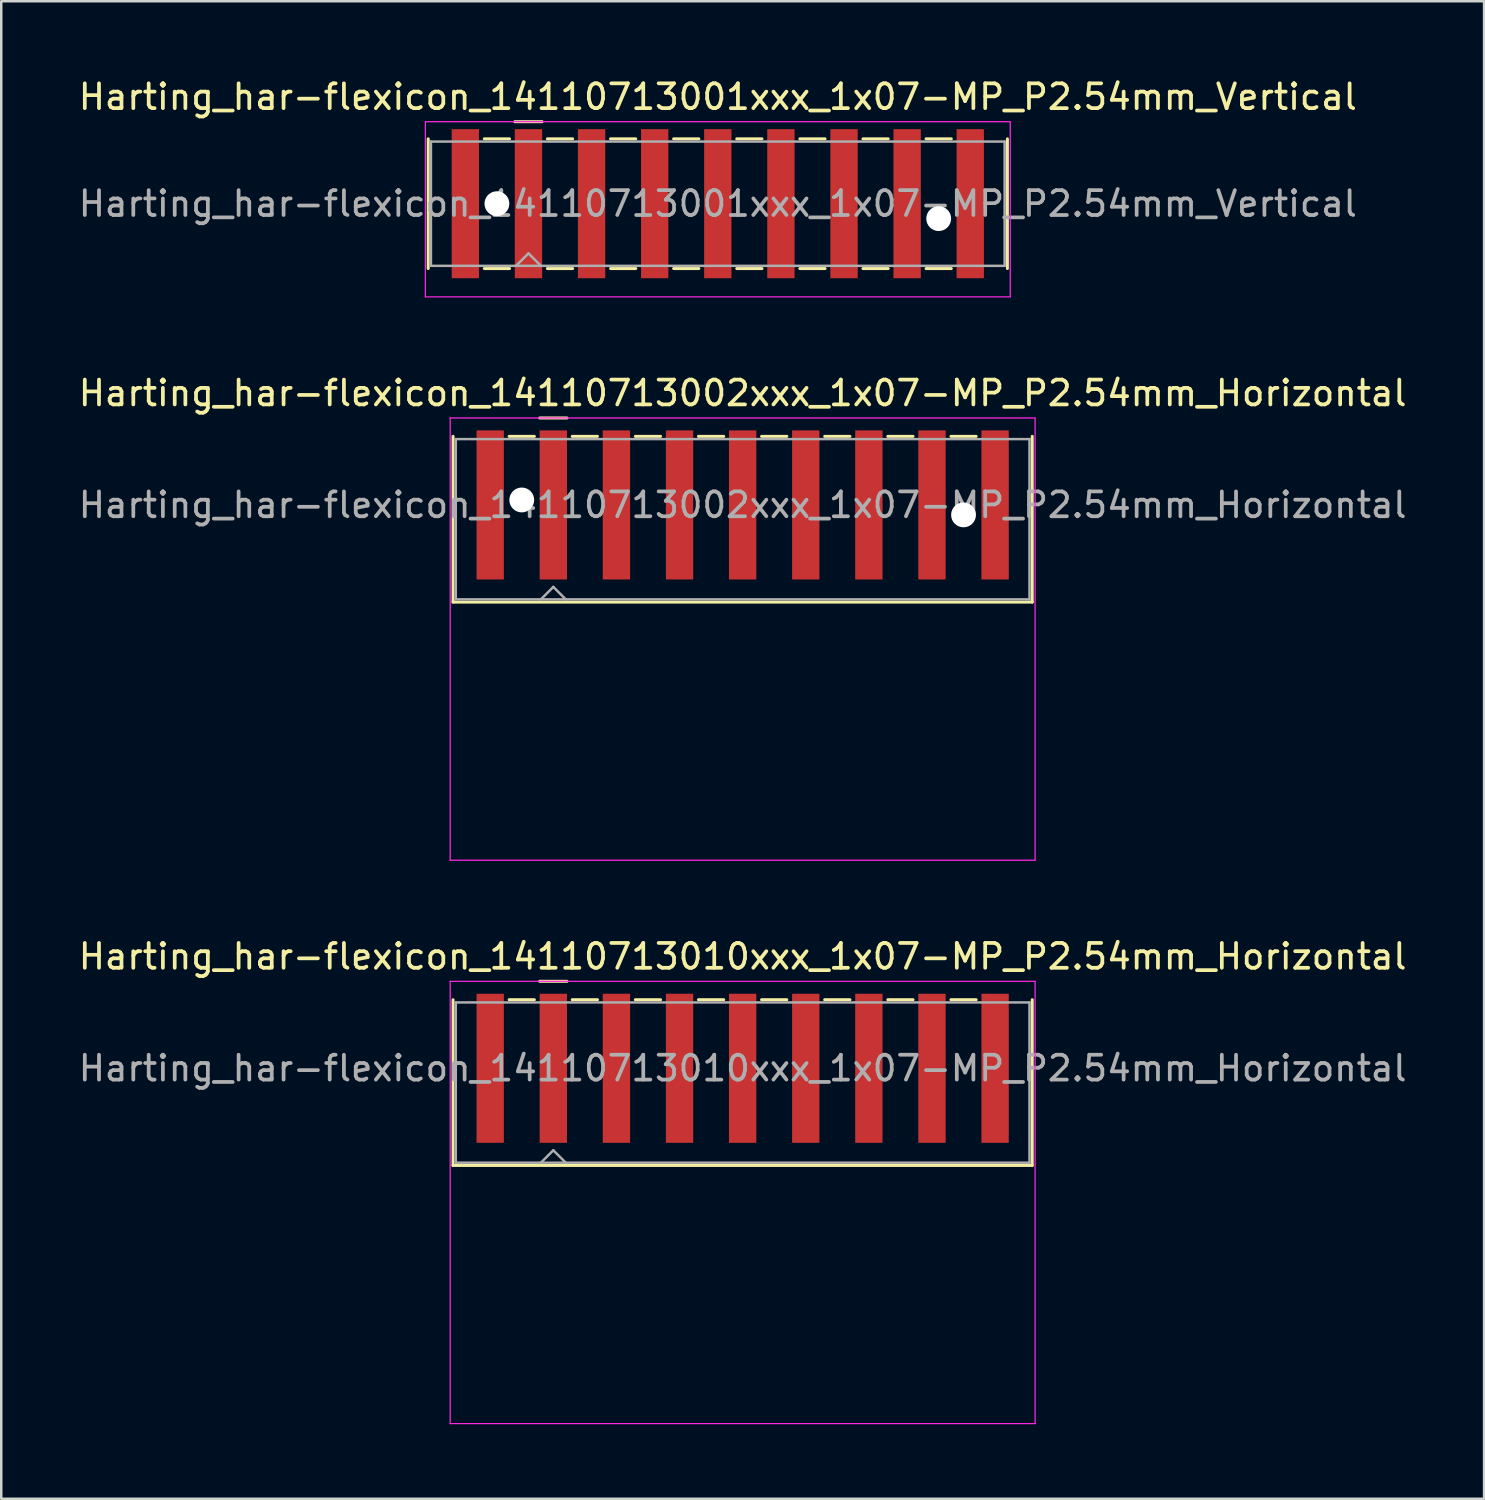
<source format=kicad_pcb>
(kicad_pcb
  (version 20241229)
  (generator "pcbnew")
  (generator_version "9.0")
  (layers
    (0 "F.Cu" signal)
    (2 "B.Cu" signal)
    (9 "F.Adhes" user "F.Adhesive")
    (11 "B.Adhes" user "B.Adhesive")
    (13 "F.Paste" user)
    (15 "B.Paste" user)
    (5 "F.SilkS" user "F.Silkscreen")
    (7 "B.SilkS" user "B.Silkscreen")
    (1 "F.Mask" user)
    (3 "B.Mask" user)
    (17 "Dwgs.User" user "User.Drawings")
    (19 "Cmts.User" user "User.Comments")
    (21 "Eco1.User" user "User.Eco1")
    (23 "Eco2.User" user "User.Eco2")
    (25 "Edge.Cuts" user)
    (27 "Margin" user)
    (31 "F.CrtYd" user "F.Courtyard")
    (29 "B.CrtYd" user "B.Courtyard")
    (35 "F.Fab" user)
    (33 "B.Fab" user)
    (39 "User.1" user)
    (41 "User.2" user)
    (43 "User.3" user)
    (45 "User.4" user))
  (footprint "Harting_har-flexicon_14110713010xxx_1x07-MP_P2.54mm_Horizontal"
    (layer "F.Cu")
    (at 26.839 41.245)
    (property "Reference" "Harting_har-flexicon_14110713010xxx_1x07-MP_P2.54mm_Horizontal" (at 0 -5.8 0) (layer "F.SilkS") (effects (font (size 1 1) (thickness 0.15))))
    (attr smd)
    (fp_line (start -11.655 -4.06) (end -11.655 2.61) (stroke (width 0.12) (type solid)) (layer "F.SilkS"))
    (fp_line (start -9.398 -4.06) (end -8.382 -4.06) (stroke (width 0.12) (type solid)) (layer "F.SilkS"))
    (fp_line (start -8.17 -4.8) (end -7.07 -4.8) (stroke (width 0.12) (type solid)) (layer "F.SilkS"))
    (fp_line (start -6.858 -4.06) (end -5.842 -4.06) (stroke (width 0.12) (type solid)) (layer "F.SilkS"))
    (fp_line (start -4.318 -4.06) (end -3.302 -4.06) (stroke (width 0.12) (type solid)) (layer "F.SilkS"))
    (fp_line (start -1.778 -4.06) (end -0.762 -4.06) (stroke (width 0.12) (type solid)) (layer "F.SilkS"))
    (fp_line (start 0.762 -4.06) (end 1.778 -4.06) (stroke (width 0.12) (type solid)) (layer "F.SilkS"))
    (fp_line (start 3.302 -4.06) (end 4.318 -4.06) (stroke (width 0.12) (type solid)) (layer "F.SilkS"))
    (fp_line (start 5.842 -4.06) (end 6.858 -4.06) (stroke (width 0.12) (type solid)) (layer "F.SilkS"))
    (fp_line (start 8.382 -4.06) (end 9.398 -4.06) (stroke (width 0.12) (type solid)) (layer "F.SilkS"))
    (fp_line (start 11.655 -4.06) (end 11.655 2.61) (stroke (width 0.12) (type solid)) (layer "F.SilkS"))
    (fp_line (start 11.655 2.61) (end -11.655 2.61) (stroke (width 0.12) (type solid)) (layer "F.SilkS"))
    (fp_line (start -11.77 -4.8) (end -11.77 13) (stroke (width 0.05) (type solid)) (layer "F.CrtYd"))
    (fp_line (start -11.77 13) (end 11.77 13) (stroke (width 0.05) (type solid)) (layer "F.CrtYd"))
    (fp_line (start 11.77 -4.8) (end -11.77 -4.8) (stroke (width 0.05) (type solid)) (layer "F.CrtYd"))
    (fp_line (start 11.77 13) (end 11.77 -4.8) (stroke (width 0.05) (type solid)) (layer "F.CrtYd"))
    (fp_line (start -11.545 -3.95) (end -11.545 2.5) (stroke (width 0.1) (type solid)) (layer "F.Fab"))
    (fp_line (start -11.545 2.5) (end 11.545 2.5) (stroke (width 0.1) (type solid)) (layer "F.Fab"))
    (fp_line (start -8.12 2.5) (end -7.62 2) (stroke (width 0.1) (type solid)) (layer "F.Fab"))
    (fp_line (start -7.62 2) (end -7.12 2.5) (stroke (width 0.1) (type solid)) (layer "F.Fab"))
    (fp_line (start 11.545 -3.95) (end -11.545 -3.95) (stroke (width 0.1) (type solid)) (layer "F.Fab"))
    (fp_line (start 11.545 2.5) (end 11.545 -3.95) (stroke (width 0.1) (type solid)) (layer "F.Fab"))
    (fp_text user "${REFERENCE}" (at 0 -1.3 0) (layer "F.Fab") (effects (font (size 1 1) (thickness 0.15))))
    (pad "1" smd rect (at -7.62 -1.3) (size 1.1 6) (layers "F.Cu" "F.Mask" "F.Paste"))
    (pad "2" smd rect (at -5.08 -1.3) (size 1.1 6) (layers "F.Cu" "F.Mask" "F.Paste"))
    (pad "3" smd rect (at -2.54 -1.3) (size 1.1 6) (layers "F.Cu" "F.Mask" "F.Paste"))
    (pad "4" smd rect (at 0 -1.3) (size 1.1 6) (layers "F.Cu" "F.Mask" "F.Paste"))
    (pad "5" smd rect (at 2.54 -1.3) (size 1.1 6) (layers "F.Cu" "F.Mask" "F.Paste"))
    (pad "6" smd rect (at 5.08 -1.3) (size 1.1 6) (layers "F.Cu" "F.Mask" "F.Paste"))
    (pad "7" smd rect (at 7.62 -1.3) (size 1.1 6) (layers "F.Cu" "F.Mask" "F.Paste"))
    (pad "MP" smd rect (at -10.16 -1.3) (size 1.1 6) (layers "F.Cu" "F.Mask" "F.Paste"))
    (pad "MP" smd rect (at 10.16 -1.3) (size 1.1 6) (layers "F.Cu" "F.Mask" "F.Paste")))
  (footprint "Harting_har-flexicon_14110713001xxx_1x07-MP_P2.54mm_Vertical"
    (layer "F.Cu")
    (at 25.839 5.148)
    (property "Reference" "Harting_har-flexicon_14110713001xxx_1x07-MP_P2.54mm_Vertical" (at 0 -4.3 0) (layer "F.SilkS") (effects (font (size 1 1) (thickness 0.15))))
    (attr smd)
    (fp_line (start -11.655 -2.61) (end -11.655 2.61) (stroke (width 0.12) (type solid)) (layer "F.SilkS"))
    (fp_line (start -9.398 -2.61) (end -8.382 -2.61) (stroke (width 0.12) (type solid)) (layer "F.SilkS"))
    (fp_line (start -9.398 2.61) (end -8.382 2.61) (stroke (width 0.12) (type solid)) (layer "F.SilkS"))
    (fp_line (start -8.17 -3.3) (end -7.07 -3.3) (stroke (width 0.12) (type solid)) (layer "F.SilkS"))
    (fp_line (start -6.858 -2.61) (end -5.842 -2.61) (stroke (width 0.12) (type solid)) (layer "F.SilkS"))
    (fp_line (start -6.858 2.61) (end -5.842 2.61) (stroke (width 0.12) (type solid)) (layer "F.SilkS"))
    (fp_line (start -4.318 -2.61) (end -3.302 -2.61) (stroke (width 0.12) (type solid)) (layer "F.SilkS"))
    (fp_line (start -4.318 2.61) (end -3.302 2.61) (stroke (width 0.12) (type solid)) (layer "F.SilkS"))
    (fp_line (start -1.778 -2.61) (end -0.762 -2.61) (stroke (width 0.12) (type solid)) (layer "F.SilkS"))
    (fp_line (start -1.778 2.61) (end -0.762 2.61) (stroke (width 0.12) (type solid)) (layer "F.SilkS"))
    (fp_line (start 0.762 -2.61) (end 1.778 -2.61) (stroke (width 0.12) (type solid)) (layer "F.SilkS"))
    (fp_line (start 0.762 2.61) (end 1.778 2.61) (stroke (width 0.12) (type solid)) (layer "F.SilkS"))
    (fp_line (start 3.302 -2.61) (end 4.318 -2.61) (stroke (width 0.12) (type solid)) (layer "F.SilkS"))
    (fp_line (start 3.302 2.61) (end 4.318 2.61) (stroke (width 0.12) (type solid)) (layer "F.SilkS"))
    (fp_line (start 5.842 -2.61) (end 6.858 -2.61) (stroke (width 0.12) (type solid)) (layer "F.SilkS"))
    (fp_line (start 5.842 2.61) (end 6.858 2.61) (stroke (width 0.12) (type solid)) (layer "F.SilkS"))
    (fp_line (start 8.382 -2.61) (end 9.398 -2.61) (stroke (width 0.12) (type solid)) (layer "F.SilkS"))
    (fp_line (start 8.382 2.61) (end 9.398 2.61) (stroke (width 0.12) (type solid)) (layer "F.SilkS"))
    (fp_line (start 11.655 -2.61) (end 11.655 2.61) (stroke (width 0.12) (type solid)) (layer "F.SilkS"))
    (fp_line (start -11.77 -3.3) (end -11.77 3.75) (stroke (width 0.05) (type solid)) (layer "F.CrtYd"))
    (fp_line (start -11.77 3.75) (end 11.77 3.75) (stroke (width 0.05) (type solid)) (layer "F.CrtYd"))
    (fp_line (start 11.77 -3.3) (end -11.77 -3.3) (stroke (width 0.05) (type solid)) (layer "F.CrtYd"))
    (fp_line (start 11.77 3.75) (end 11.77 -3.3) (stroke (width 0.05) (type solid)) (layer "F.CrtYd"))
    (fp_line (start -11.545 -2.5) (end -11.545 2.5) (stroke (width 0.1) (type solid)) (layer "F.Fab"))
    (fp_line (start -11.545 2.5) (end 11.545 2.5) (stroke (width 0.1) (type solid)) (layer "F.Fab"))
    (fp_line (start -8.12 2.5) (end -7.62 2) (stroke (width 0.1) (type solid)) (layer "F.Fab"))
    (fp_line (start -7.62 2) (end -7.12 2.5) (stroke (width 0.1) (type solid)) (layer "F.Fab"))
    (fp_line (start 11.545 -2.5) (end -11.545 -2.5) (stroke (width 0.1) (type solid)) (layer "F.Fab"))
    (fp_line (start 11.545 2.5) (end 11.545 -2.5) (stroke (width 0.1) (type solid)) (layer "F.Fab"))
    (fp_text user "${REFERENCE}" (at 0 0 0) (layer "F.Fab") (effects (font (size 1 1) (thickness 0.15))))
    (pad "" np_thru_hole circle (at -8.89 0) (size 1 1) (drill 1) (layers "*.Cu" "*.Mask"))
    (pad "" np_thru_hole circle (at 8.89 0.6) (size 1 1) (drill 1) (layers "*.Cu" "*.Mask"))
    (pad "1" smd rect (at -7.62 0) (size 1.1 6) (layers "F.Cu" "F.Mask" "F.Paste"))
    (pad "2" smd rect (at -5.08 0) (size 1.1 6) (layers "F.Cu" "F.Mask" "F.Paste"))
    (pad "3" smd rect (at -2.54 0) (size 1.1 6) (layers "F.Cu" "F.Mask" "F.Paste"))
    (pad "4" smd rect (at 0 0) (size 1.1 6) (layers "F.Cu" "F.Mask" "F.Paste"))
    (pad "5" smd rect (at 2.54 0) (size 1.1 6) (layers "F.Cu" "F.Mask" "F.Paste"))
    (pad "6" smd rect (at 5.08 0) (size 1.1 6) (layers "F.Cu" "F.Mask" "F.Paste"))
    (pad "7" smd rect (at 7.62 0) (size 1.1 6) (layers "F.Cu" "F.Mask" "F.Paste"))
    (pad "MP" smd rect (at -10.16 0) (size 1.1 6) (layers "F.Cu" "F.Mask" "F.Paste"))
    (pad "MP" smd rect (at 10.16 0) (size 1.1 6) (layers "F.Cu" "F.Mask" "F.Paste")))
  (footprint "Harting_har-flexicon_14110713002xxx_1x07-MP_P2.54mm_Horizontal"
    (layer "F.Cu")
    (at 26.839 18.572)
    (property "Reference" "Harting_har-flexicon_14110713002xxx_1x07-MP_P2.54mm_Horizontal" (at 0 -5.8 0) (layer "F.SilkS") (effects (font (size 1 1) (thickness 0.15))))
    (attr smd)
    (fp_line (start -11.655 -4.06) (end -11.655 2.61) (stroke (width 0.12) (type solid)) (layer "F.SilkS"))
    (fp_line (start -9.398 -4.06) (end -8.382 -4.06) (stroke (width 0.12) (type solid)) (layer "F.SilkS"))
    (fp_line (start -8.17 -4.8) (end -7.07 -4.8) (stroke (width 0.12) (type solid)) (layer "F.SilkS"))
    (fp_line (start -6.858 -4.06) (end -5.842 -4.06) (stroke (width 0.12) (type solid)) (layer "F.SilkS"))
    (fp_line (start -4.318 -4.06) (end -3.302 -4.06) (stroke (width 0.12) (type solid)) (layer "F.SilkS"))
    (fp_line (start -1.778 -4.06) (end -0.762 -4.06) (stroke (width 0.12) (type solid)) (layer "F.SilkS"))
    (fp_line (start 0.762 -4.06) (end 1.778 -4.06) (stroke (width 0.12) (type solid)) (layer "F.SilkS"))
    (fp_line (start 3.302 -4.06) (end 4.318 -4.06) (stroke (width 0.12) (type solid)) (layer "F.SilkS"))
    (fp_line (start 5.842 -4.06) (end 6.858 -4.06) (stroke (width 0.12) (type solid)) (layer "F.SilkS"))
    (fp_line (start 8.382 -4.06) (end 9.398 -4.06) (stroke (width 0.12) (type solid)) (layer "F.SilkS"))
    (fp_line (start 11.655 -4.06) (end 11.655 2.61) (stroke (width 0.12) (type solid)) (layer "F.SilkS"))
    (fp_line (start 11.655 2.61) (end -11.655 2.61) (stroke (width 0.12) (type solid)) (layer "F.SilkS"))
    (fp_line (start -11.77 -4.8) (end -11.77 13) (stroke (width 0.05) (type solid)) (layer "F.CrtYd"))
    (fp_line (start -11.77 13) (end 11.77 13) (stroke (width 0.05) (type solid)) (layer "F.CrtYd"))
    (fp_line (start 11.77 -4.8) (end -11.77 -4.8) (stroke (width 0.05) (type solid)) (layer "F.CrtYd"))
    (fp_line (start 11.77 13) (end 11.77 -4.8) (stroke (width 0.05) (type solid)) (layer "F.CrtYd"))
    (fp_line (start -11.545 -3.95) (end -11.545 2.5) (stroke (width 0.1) (type solid)) (layer "F.Fab"))
    (fp_line (start -11.545 2.5) (end 11.545 2.5) (stroke (width 0.1) (type solid)) (layer "F.Fab"))
    (fp_line (start -8.12 2.5) (end -7.62 2) (stroke (width 0.1) (type solid)) (layer "F.Fab"))
    (fp_line (start -7.62 2) (end -7.12 2.5) (stroke (width 0.1) (type solid)) (layer "F.Fab"))
    (fp_line (start 11.545 -3.95) (end -11.545 -3.95) (stroke (width 0.1) (type solid)) (layer "F.Fab"))
    (fp_line (start 11.545 2.5) (end 11.545 -3.95) (stroke (width 0.1) (type solid)) (layer "F.Fab"))
    (fp_text user "${REFERENCE}" (at 0 -1.3 0) (layer "F.Fab") (effects (font (size 1 1) (thickness 0.15))))
    (pad "" np_thru_hole circle (at -8.89 -1.5) (size 1 1) (drill 1) (layers "*.Cu" "*.Mask"))
    (pad "" np_thru_hole circle (at 8.89 -0.9) (size 1 1) (drill 1) (layers "*.Cu" "*.Mask"))
    (pad "1" smd rect (at -7.62 -1.3) (size 1.1 6) (layers "F.Cu" "F.Mask" "F.Paste"))
    (pad "2" smd rect (at -5.08 -1.3) (size 1.1 6) (layers "F.Cu" "F.Mask" "F.Paste"))
    (pad "3" smd rect (at -2.54 -1.3) (size 1.1 6) (layers "F.Cu" "F.Mask" "F.Paste"))
    (pad "4" smd rect (at 0 -1.3) (size 1.1 6) (layers "F.Cu" "F.Mask" "F.Paste"))
    (pad "5" smd rect (at 2.54 -1.3) (size 1.1 6) (layers "F.Cu" "F.Mask" "F.Paste"))
    (pad "6" smd rect (at 5.08 -1.3) (size 1.1 6) (layers "F.Cu" "F.Mask" "F.Paste"))
    (pad "7" smd rect (at 7.62 -1.3) (size 1.1 6) (layers "F.Cu" "F.Mask" "F.Paste"))
    (pad "MP" smd rect (at -10.16 -1.3) (size 1.1 6) (layers "F.Cu" "F.Mask" "F.Paste"))
    (pad "MP" smd rect (at 10.16 -1.3) (size 1.1 6) (layers "F.Cu" "F.Mask" "F.Paste")))
  (gr_rect
    (start -3 -3)
    (end 56.679 57.27)
    (stroke (width 0.1) (type default))
    (fill no)
    (layer "Edge.Cuts")))
</source>
